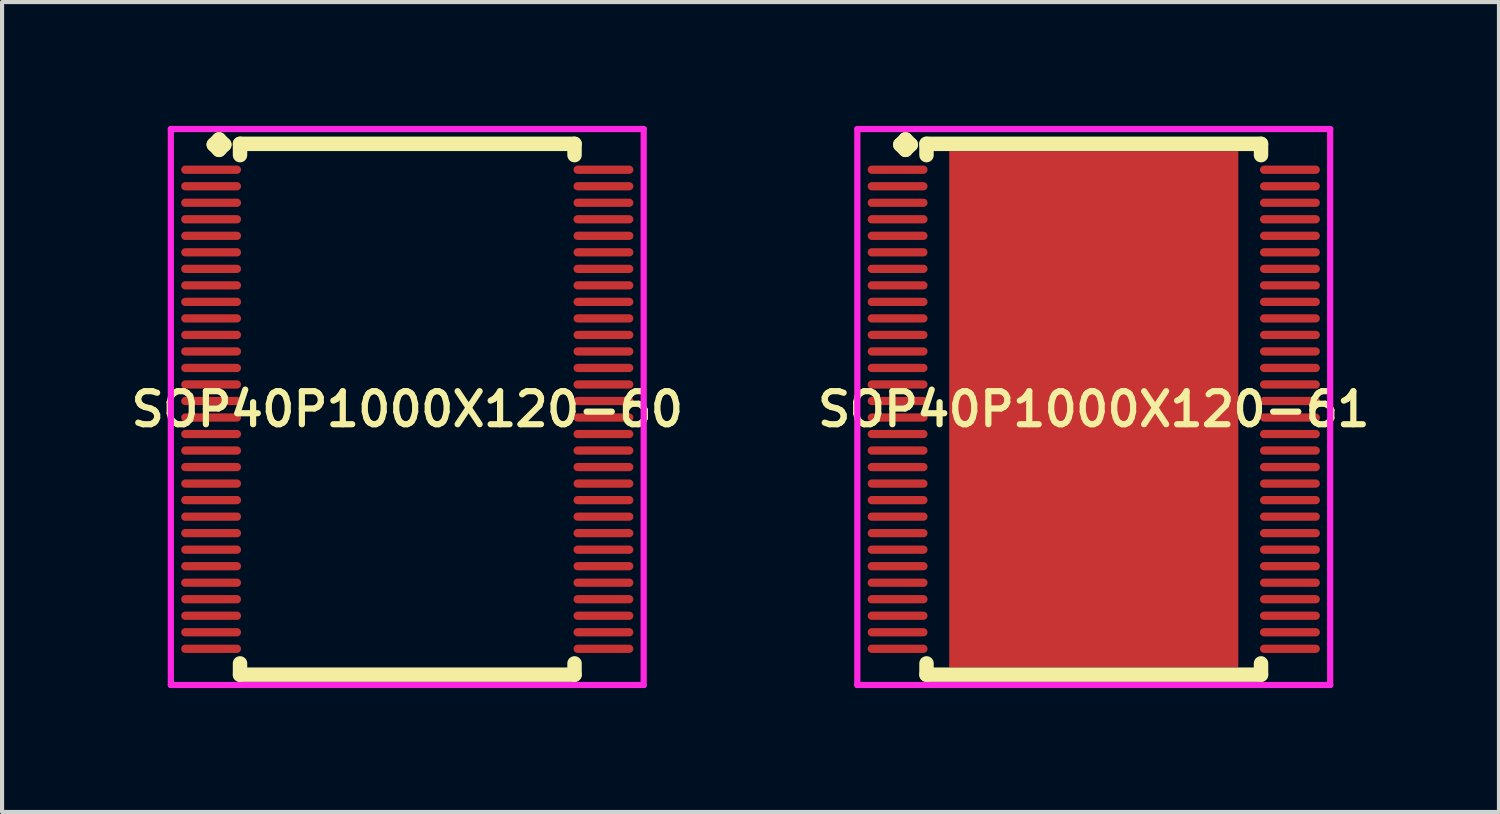
<source format=kicad_pcb>
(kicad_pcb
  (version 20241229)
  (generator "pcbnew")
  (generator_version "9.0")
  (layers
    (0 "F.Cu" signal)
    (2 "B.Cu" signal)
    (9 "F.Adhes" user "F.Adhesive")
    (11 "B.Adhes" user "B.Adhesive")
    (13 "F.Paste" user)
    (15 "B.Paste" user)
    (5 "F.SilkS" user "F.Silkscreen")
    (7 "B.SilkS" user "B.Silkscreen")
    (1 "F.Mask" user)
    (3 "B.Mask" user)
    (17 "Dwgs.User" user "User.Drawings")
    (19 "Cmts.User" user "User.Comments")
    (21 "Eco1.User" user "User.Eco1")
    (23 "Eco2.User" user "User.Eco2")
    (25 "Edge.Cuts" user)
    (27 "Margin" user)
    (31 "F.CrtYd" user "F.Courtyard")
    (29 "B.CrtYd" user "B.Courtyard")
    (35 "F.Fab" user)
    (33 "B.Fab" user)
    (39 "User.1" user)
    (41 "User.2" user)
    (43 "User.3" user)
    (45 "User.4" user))
  (footprint "SOP40P1000X120-61"
    (layer "F.Cu")
    (at 23.435 6.86)
    (property "Reference" "SOP40P1000X120-61" (at 0 0 0) (layer "F.SilkS") (effects (font (size 0.8 0.8) (thickness 0.15))))
    (attr smd)
    (fp_line (start -4.685 -6.408) (end -4.558 -6.535) (stroke (width 0.35) (type solid)) (layer "F.SilkS"))
    (fp_line (start -4.558 -6.535) (end -4.431 -6.408) (stroke (width 0.35) (type solid)) (layer "F.SilkS"))
    (fp_line (start -4.558 -6.281) (end -4.685 -6.408) (stroke (width 0.35) (type solid)) (layer "F.SilkS"))
    (fp_line (start -4.431 -6.408) (end -4.558 -6.281) (stroke (width 0.35) (type solid)) (layer "F.SilkS"))
    (fp_line (start -4.05 -6.427) (end 4.05 -6.427) (stroke (width 0.35) (type solid)) (layer "F.SilkS"))
    (fp_line (start -4.05 -6.154) (end -4.05 -6.427) (stroke (width 0.35) (type solid)) (layer "F.SilkS"))
    (fp_line (start -4.05 6.154) (end -4.05 6.427) (stroke (width 0.35) (type solid)) (layer "F.SilkS"))
    (fp_line (start -4.05 6.427) (end 4.05 6.427) (stroke (width 0.35) (type solid)) (layer "F.SilkS"))
    (fp_line (start 4.05 -6.427) (end 4.05 -6.154) (stroke (width 0.35) (type solid)) (layer "F.SilkS"))
    (fp_line (start 4.05 6.427) (end 4.05 6.154) (stroke (width 0.35) (type solid)) (layer "F.SilkS"))
    (fp_line (start -5.725 -6.785) (end 5.725 -6.785) (stroke (width 0.15) (type solid)) (layer "F.CrtYd"))
    (fp_line (start -5.725 6.677) (end -5.725 -6.785) (stroke (width 0.15) (type solid)) (layer "F.CrtYd"))
    (fp_line (start 5.725 -6.785) (end 5.725 6.677) (stroke (width 0.15) (type solid)) (layer "F.CrtYd"))
    (fp_line (start 5.725 6.677) (end -5.725 6.677) (stroke (width 0.15) (type solid)) (layer "F.CrtYd"))
    (pad "1" smd oval (at -4.75 -5.8) (size 1.45 0.2) (layers "F.Cu" "F.Mask" "F.Paste"))
    (pad "2" smd oval (at -4.75 -5.4) (size 1.45 0.2) (layers "F.Cu" "F.Mask" "F.Paste"))
    (pad "3" smd oval (at -4.75 -5) (size 1.45 0.2) (layers "F.Cu" "F.Mask" "F.Paste"))
    (pad "4" smd oval (at -4.75 -4.6) (size 1.45 0.2) (layers "F.Cu" "F.Mask" "F.Paste"))
    (pad "5" smd oval (at -4.75 -4.2) (size 1.45 0.2) (layers "F.Cu" "F.Mask" "F.Paste"))
    (pad "6" smd oval (at -4.75 -3.8) (size 1.45 0.2) (layers "F.Cu" "F.Mask" "F.Paste"))
    (pad "7" smd oval (at -4.75 -3.4) (size 1.45 0.2) (layers "F.Cu" "F.Mask" "F.Paste"))
    (pad "8" smd oval (at -4.75 -3) (size 1.45 0.2) (layers "F.Cu" "F.Mask" "F.Paste"))
    (pad "9" smd oval (at -4.75 -2.6) (size 1.45 0.2) (layers "F.Cu" "F.Mask" "F.Paste"))
    (pad "10" smd oval (at -4.75 -2.2) (size 1.45 0.2) (layers "F.Cu" "F.Mask" "F.Paste"))
    (pad "11" smd oval (at -4.75 -1.8) (size 1.45 0.2) (layers "F.Cu" "F.Mask" "F.Paste"))
    (pad "12" smd oval (at -4.75 -1.4) (size 1.45 0.2) (layers "F.Cu" "F.Mask" "F.Paste"))
    (pad "13" smd oval (at -4.75 -1) (size 1.45 0.2) (layers "F.Cu" "F.Mask" "F.Paste"))
    (pad "14" smd oval (at -4.75 -0.6) (size 1.45 0.2) (layers "F.Cu" "F.Mask" "F.Paste"))
    (pad "15" smd oval (at -4.75 -0.2) (size 1.45 0.2) (layers "F.Cu" "F.Mask" "F.Paste"))
    (pad "16" smd oval (at -4.75 0.2) (size 1.45 0.2) (layers "F.Cu" "F.Mask" "F.Paste"))
    (pad "17" smd oval (at -4.75 0.6) (size 1.45 0.2) (layers "F.Cu" "F.Mask" "F.Paste"))
    (pad "18" smd oval (at -4.75 1) (size 1.45 0.2) (layers "F.Cu" "F.Mask" "F.Paste"))
    (pad "19" smd oval (at -4.75 1.4) (size 1.45 0.2) (layers "F.Cu" "F.Mask" "F.Paste"))
    (pad "20" smd oval (at -4.75 1.8) (size 1.45 0.2) (layers "F.Cu" "F.Mask" "F.Paste"))
    (pad "21" smd oval (at -4.75 2.2) (size 1.45 0.2) (layers "F.Cu" "F.Mask" "F.Paste"))
    (pad "22" smd oval (at -4.75 2.6) (size 1.45 0.2) (layers "F.Cu" "F.Mask" "F.Paste"))
    (pad "23" smd oval (at -4.75 3) (size 1.45 0.2) (layers "F.Cu" "F.Mask" "F.Paste"))
    (pad "24" smd oval (at -4.75 3.4) (size 1.45 0.2) (layers "F.Cu" "F.Mask" "F.Paste"))
    (pad "25" smd oval (at -4.75 3.8) (size 1.45 0.2) (layers "F.Cu" "F.Mask" "F.Paste"))
    (pad "26" smd oval (at -4.75 4.2) (size 1.45 0.2) (layers "F.Cu" "F.Mask" "F.Paste"))
    (pad "27" smd oval (at -4.75 4.6) (size 1.45 0.2) (layers "F.Cu" "F.Mask" "F.Paste"))
    (pad "28" smd oval (at -4.75 5) (size 1.45 0.2) (layers "F.Cu" "F.Mask" "F.Paste"))
    (pad "29" smd oval (at -4.75 5.4) (size 1.45 0.2) (layers "F.Cu" "F.Mask" "F.Paste"))
    (pad "30" smd oval (at -4.75 5.8) (size 1.45 0.2) (layers "F.Cu" "F.Mask" "F.Paste"))
    (pad "31" smd oval (at 4.75 5.8) (size 1.45 0.2) (layers "F.Cu" "F.Mask" "F.Paste"))
    (pad "32" smd oval (at 4.75 5.4) (size 1.45 0.2) (layers "F.Cu" "F.Mask" "F.Paste"))
    (pad "33" smd oval (at 4.75 5) (size 1.45 0.2) (layers "F.Cu" "F.Mask" "F.Paste"))
    (pad "34" smd oval (at 4.75 4.6) (size 1.45 0.2) (layers "F.Cu" "F.Mask" "F.Paste"))
    (pad "35" smd oval (at 4.75 4.2) (size 1.45 0.2) (layers "F.Cu" "F.Mask" "F.Paste"))
    (pad "36" smd oval (at 4.75 3.8) (size 1.45 0.2) (layers "F.Cu" "F.Mask" "F.Paste"))
    (pad "37" smd oval (at 4.75 3.4) (size 1.45 0.2) (layers "F.Cu" "F.Mask" "F.Paste"))
    (pad "38" smd oval (at 4.75 3) (size 1.45 0.2) (layers "F.Cu" "F.Mask" "F.Paste"))
    (pad "39" smd oval (at 4.75 2.6) (size 1.45 0.2) (layers "F.Cu" "F.Mask" "F.Paste"))
    (pad "40" smd oval (at 4.75 2.2) (size 1.45 0.2) (layers "F.Cu" "F.Mask" "F.Paste"))
    (pad "41" smd oval (at 4.75 1.8) (size 1.45 0.2) (layers "F.Cu" "F.Mask" "F.Paste"))
    (pad "42" smd oval (at 4.75 1.4) (size 1.45 0.2) (layers "F.Cu" "F.Mask" "F.Paste"))
    (pad "43" smd oval (at 4.75 1) (size 1.45 0.2) (layers "F.Cu" "F.Mask" "F.Paste"))
    (pad "44" smd oval (at 4.75 0.6) (size 1.45 0.2) (layers "F.Cu" "F.Mask" "F.Paste"))
    (pad "45" smd oval (at 4.75 0.2) (size 1.45 0.2) (layers "F.Cu" "F.Mask" "F.Paste"))
    (pad "46" smd oval (at 4.75 -0.2) (size 1.45 0.2) (layers "F.Cu" "F.Mask" "F.Paste"))
    (pad "47" smd oval (at 4.75 -0.6) (size 1.45 0.2) (layers "F.Cu" "F.Mask" "F.Paste"))
    (pad "48" smd oval (at 4.75 -1) (size 1.45 0.2) (layers "F.Cu" "F.Mask" "F.Paste"))
    (pad "49" smd oval (at 4.75 -1.4) (size 1.45 0.2) (layers "F.Cu" "F.Mask" "F.Paste"))
    (pad "50" smd oval (at 4.75 -1.8) (size 1.45 0.2) (layers "F.Cu" "F.Mask" "F.Paste"))
    (pad "51" smd oval (at 4.75 -2.2) (size 1.45 0.2) (layers "F.Cu" "F.Mask" "F.Paste"))
    (pad "52" smd oval (at 4.75 -2.6) (size 1.45 0.2) (layers "F.Cu" "F.Mask" "F.Paste"))
    (pad "53" smd oval (at 4.75 -3) (size 1.45 0.2) (layers "F.Cu" "F.Mask" "F.Paste"))
    (pad "54" smd oval (at 4.75 -3.4) (size 1.45 0.2) (layers "F.Cu" "F.Mask" "F.Paste"))
    (pad "55" smd oval (at 4.75 -3.8) (size 1.45 0.2) (layers "F.Cu" "F.Mask" "F.Paste"))
    (pad "56" smd oval (at 4.75 -4.2) (size 1.45 0.2) (layers "F.Cu" "F.Mask" "F.Paste"))
    (pad "57" smd oval (at 4.75 -4.6) (size 1.45 0.2) (layers "F.Cu" "F.Mask" "F.Paste"))
    (pad "58" smd oval (at 4.75 -5) (size 1.45 0.2) (layers "F.Cu" "F.Mask" "F.Paste"))
    (pad "59" smd oval (at 4.75 -5.4) (size 1.45 0.2) (layers "F.Cu" "F.Mask" "F.Paste"))
    (pad "60" smd oval (at 4.75 -5.8) (size 1.45 0.2) (layers "F.Cu" "F.Mask" "F.Paste"))
    (pad "61" smd rect (at 0 0) (size 7 12.5) (layers "F.Cu" "F.Mask" "F.Paste")))
  (footprint "SOP40P1000X120-60"
    (layer "F.Cu")
    (at 6.812 6.86)
    (property "Reference" "SOP40P1000X120-60" (at 0 0 0) (layer "F.SilkS") (effects (font (size 0.8 0.8) (thickness 0.15))))
    (attr through_hole)
    (fp_line (start -4.685 -6.408) (end -4.558 -6.535) (stroke (width 0.35) (type solid)) (layer "F.SilkS"))
    (fp_line (start -4.558 -6.535) (end -4.431 -6.408) (stroke (width 0.35) (type solid)) (layer "F.SilkS"))
    (fp_line (start -4.558 -6.281) (end -4.685 -6.408) (stroke (width 0.35) (type solid)) (layer "F.SilkS"))
    (fp_line (start -4.431 -6.408) (end -4.558 -6.281) (stroke (width 0.35) (type solid)) (layer "F.SilkS"))
    (fp_line (start -4.05 -6.427) (end 4.05 -6.427) (stroke (width 0.35) (type solid)) (layer "F.SilkS"))
    (fp_line (start -4.05 -6.154) (end -4.05 -6.427) (stroke (width 0.35) (type solid)) (layer "F.SilkS"))
    (fp_line (start -4.05 6.154) (end -4.05 6.427) (stroke (width 0.35) (type solid)) (layer "F.SilkS"))
    (fp_line (start -4.05 6.427) (end 4.05 6.427) (stroke (width 0.35) (type solid)) (layer "F.SilkS"))
    (fp_line (start 4.05 -6.427) (end 4.05 -6.154) (stroke (width 0.35) (type solid)) (layer "F.SilkS"))
    (fp_line (start 4.05 6.427) (end 4.05 6.154) (stroke (width 0.35) (type solid)) (layer "F.SilkS"))
    (fp_line (start -5.725 -6.785) (end 5.725 -6.785) (stroke (width 0.15) (type solid)) (layer "F.CrtYd"))
    (fp_line (start -5.725 6.677) (end -5.725 -6.785) (stroke (width 0.15) (type solid)) (layer "F.CrtYd"))
    (fp_line (start 5.725 -6.785) (end 5.725 6.677) (stroke (width 0.15) (type solid)) (layer "F.CrtYd"))
    (fp_line (start 5.725 6.677) (end -5.725 6.677) (stroke (width 0.15) (type solid)) (layer "F.CrtYd"))
    (pad "1" smd oval (at -4.75 -5.8) (size 1.45 0.2) (layers "F.Cu" "F.Mask" "F.Paste"))
    (pad "2" smd oval (at -4.75 -5.4) (size 1.45 0.2) (layers "F.Cu" "F.Mask" "F.Paste"))
    (pad "3" smd oval (at -4.75 -5) (size 1.45 0.2) (layers "F.Cu" "F.Mask" "F.Paste"))
    (pad "4" smd oval (at -4.75 -4.6) (size 1.45 0.2) (layers "F.Cu" "F.Mask" "F.Paste"))
    (pad "5" smd oval (at -4.75 -4.2) (size 1.45 0.2) (layers "F.Cu" "F.Mask" "F.Paste"))
    (pad "6" smd oval (at -4.75 -3.8) (size 1.45 0.2) (layers "F.Cu" "F.Mask" "F.Paste"))
    (pad "7" smd oval (at -4.75 -3.4) (size 1.45 0.2) (layers "F.Cu" "F.Mask" "F.Paste"))
    (pad "8" smd oval (at -4.75 -3) (size 1.45 0.2) (layers "F.Cu" "F.Mask" "F.Paste"))
    (pad "9" smd oval (at -4.75 -2.6) (size 1.45 0.2) (layers "F.Cu" "F.Mask" "F.Paste"))
    (pad "10" smd oval (at -4.75 -2.2) (size 1.45 0.2) (layers "F.Cu" "F.Mask" "F.Paste"))
    (pad "11" smd oval (at -4.75 -1.8) (size 1.45 0.2) (layers "F.Cu" "F.Mask" "F.Paste"))
    (pad "12" smd oval (at -4.75 -1.4) (size 1.45 0.2) (layers "F.Cu" "F.Mask" "F.Paste"))
    (pad "13" smd oval (at -4.75 -1) (size 1.45 0.2) (layers "F.Cu" "F.Mask" "F.Paste"))
    (pad "14" smd oval (at -4.75 -0.6) (size 1.45 0.2) (layers "F.Cu" "F.Mask" "F.Paste"))
    (pad "15" smd oval (at -4.75 -0.2) (size 1.45 0.2) (layers "F.Cu" "F.Mask" "F.Paste"))
    (pad "16" smd oval (at -4.75 0.2) (size 1.45 0.2) (layers "F.Cu" "F.Mask" "F.Paste"))
    (pad "17" smd oval (at -4.75 0.6) (size 1.45 0.2) (layers "F.Cu" "F.Mask" "F.Paste"))
    (pad "18" smd oval (at -4.75 1) (size 1.45 0.2) (layers "F.Cu" "F.Mask" "F.Paste"))
    (pad "19" smd oval (at -4.75 1.4) (size 1.45 0.2) (layers "F.Cu" "F.Mask" "F.Paste"))
    (pad "20" smd oval (at -4.75 1.8) (size 1.45 0.2) (layers "F.Cu" "F.Mask" "F.Paste"))
    (pad "21" smd oval (at -4.75 2.2) (size 1.45 0.2) (layers "F.Cu" "F.Mask" "F.Paste"))
    (pad "22" smd oval (at -4.75 2.6) (size 1.45 0.2) (layers "F.Cu" "F.Mask" "F.Paste"))
    (pad "23" smd oval (at -4.75 3) (size 1.45 0.2) (layers "F.Cu" "F.Mask" "F.Paste"))
    (pad "24" smd oval (at -4.75 3.4) (size 1.45 0.2) (layers "F.Cu" "F.Mask" "F.Paste"))
    (pad "25" smd oval (at -4.75 3.8) (size 1.45 0.2) (layers "F.Cu" "F.Mask" "F.Paste"))
    (pad "26" smd oval (at -4.75 4.2) (size 1.45 0.2) (layers "F.Cu" "F.Mask" "F.Paste"))
    (pad "27" smd oval (at -4.75 4.6) (size 1.45 0.2) (layers "F.Cu" "F.Mask" "F.Paste"))
    (pad "28" smd oval (at -4.75 5) (size 1.45 0.2) (layers "F.Cu" "F.Mask" "F.Paste"))
    (pad "29" smd oval (at -4.75 5.4) (size 1.45 0.2) (layers "F.Cu" "F.Mask" "F.Paste"))
    (pad "30" smd oval (at -4.75 5.8) (size 1.45 0.2) (layers "F.Cu" "F.Mask" "F.Paste"))
    (pad "31" smd oval (at 4.75 5.8) (size 1.45 0.2) (layers "F.Cu" "F.Mask" "F.Paste"))
    (pad "32" smd oval (at 4.75 5.4) (size 1.45 0.2) (layers "F.Cu" "F.Mask" "F.Paste"))
    (pad "33" smd oval (at 4.75 5) (size 1.45 0.2) (layers "F.Cu" "F.Mask" "F.Paste"))
    (pad "34" smd oval (at 4.75 4.6) (size 1.45 0.2) (layers "F.Cu" "F.Mask" "F.Paste"))
    (pad "35" smd oval (at 4.75 4.2) (size 1.45 0.2) (layers "F.Cu" "F.Mask" "F.Paste"))
    (pad "36" smd oval (at 4.75 3.8) (size 1.45 0.2) (layers "F.Cu" "F.Mask" "F.Paste"))
    (pad "37" smd oval (at 4.75 3.4) (size 1.45 0.2) (layers "F.Cu" "F.Mask" "F.Paste"))
    (pad "38" smd oval (at 4.75 3) (size 1.45 0.2) (layers "F.Cu" "F.Mask" "F.Paste"))
    (pad "39" smd oval (at 4.75 2.6) (size 1.45 0.2) (layers "F.Cu" "F.Mask" "F.Paste"))
    (pad "40" smd oval (at 4.75 2.2) (size 1.45 0.2) (layers "F.Cu" "F.Mask" "F.Paste"))
    (pad "41" smd oval (at 4.75 1.8) (size 1.45 0.2) (layers "F.Cu" "F.Mask" "F.Paste"))
    (pad "42" smd oval (at 4.75 1.4) (size 1.45 0.2) (layers "F.Cu" "F.Mask" "F.Paste"))
    (pad "43" smd oval (at 4.75 1) (size 1.45 0.2) (layers "F.Cu" "F.Mask" "F.Paste"))
    (pad "44" smd oval (at 4.75 0.6) (size 1.45 0.2) (layers "F.Cu" "F.Mask" "F.Paste"))
    (pad "45" smd oval (at 4.75 0.2) (size 1.45 0.2) (layers "F.Cu" "F.Mask" "F.Paste"))
    (pad "46" smd oval (at 4.75 -0.2) (size 1.45 0.2) (layers "F.Cu" "F.Mask" "F.Paste"))
    (pad "47" smd oval (at 4.75 -0.6) (size 1.45 0.2) (layers "F.Cu" "F.Mask" "F.Paste"))
    (pad "48" smd oval (at 4.75 -1) (size 1.45 0.2) (layers "F.Cu" "F.Mask" "F.Paste"))
    (pad "49" smd oval (at 4.75 -1.4) (size 1.45 0.2) (layers "F.Cu" "F.Mask" "F.Paste"))
    (pad "50" smd oval (at 4.75 -1.8) (size 1.45 0.2) (layers "F.Cu" "F.Mask" "F.Paste"))
    (pad "51" smd oval (at 4.75 -2.2) (size 1.45 0.2) (layers "F.Cu" "F.Mask" "F.Paste"))
    (pad "52" smd oval (at 4.75 -2.6) (size 1.45 0.2) (layers "F.Cu" "F.Mask" "F.Paste"))
    (pad "53" smd oval (at 4.75 -3) (size 1.45 0.2) (layers "F.Cu" "F.Mask" "F.Paste"))
    (pad "54" smd oval (at 4.75 -3.4) (size 1.45 0.2) (layers "F.Cu" "F.Mask" "F.Paste"))
    (pad "55" smd oval (at 4.75 -3.8) (size 1.45 0.2) (layers "F.Cu" "F.Mask" "F.Paste"))
    (pad "56" smd oval (at 4.75 -4.2) (size 1.45 0.2) (layers "F.Cu" "F.Mask" "F.Paste"))
    (pad "57" smd oval (at 4.75 -4.6) (size 1.45 0.2) (layers "F.Cu" "F.Mask" "F.Paste"))
    (pad "58" smd oval (at 4.75 -5) (size 1.45 0.2) (layers "F.Cu" "F.Mask" "F.Paste"))
    (pad "59" smd oval (at 4.75 -5.4) (size 1.45 0.2) (layers "F.Cu" "F.Mask" "F.Paste"))
    (pad "60" smd oval (at 4.75 -5.8) (size 1.45 0.2) (layers "F.Cu" "F.Mask" "F.Paste")))
  (gr_rect
    (start -3 -3)
    (end 33.247 16.612)
    (stroke (width 0.1) (type default))
    (fill no)
    (layer "Edge.Cuts")))
</source>
